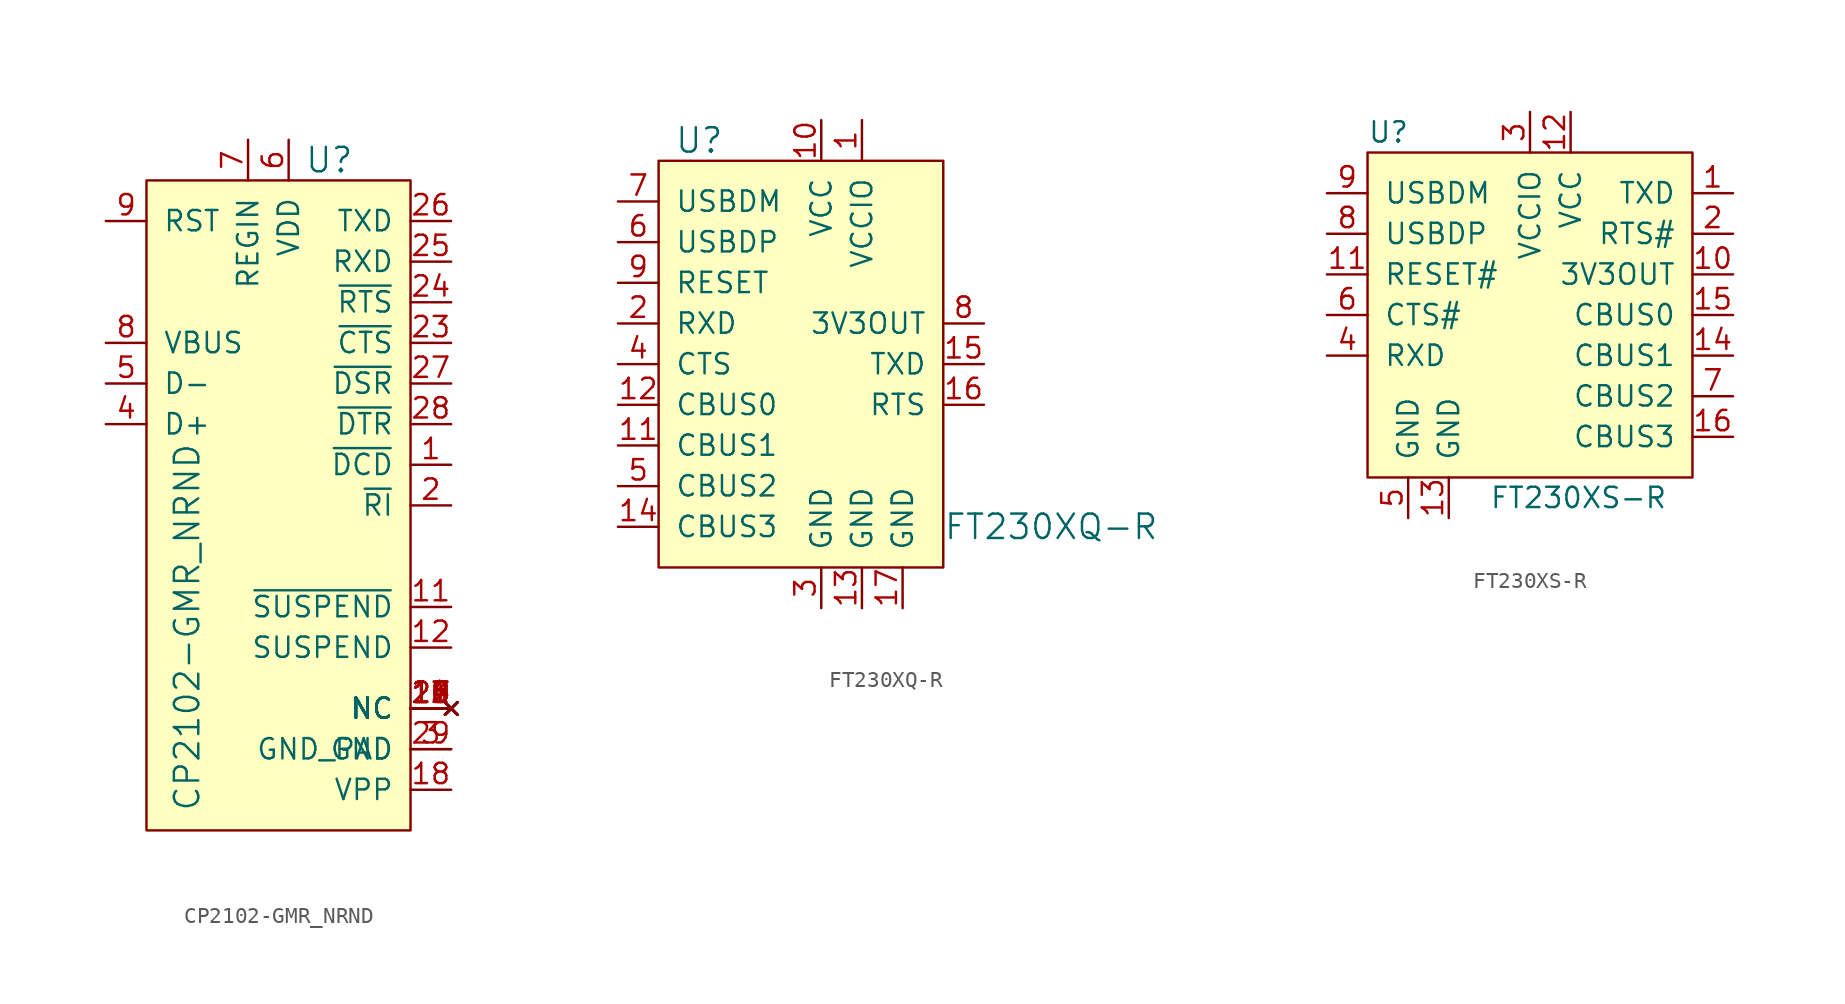
<source format=kicad_sym>
(kicad_symbol_lib
  (version 20220914)
  (generator kicad_symbol_editor)
  (symbol "CP2102-GMR_NRND"
    (pin_names
      (offset 1.016))
    (property "Reference" "U"
      (at 3.81 19.05 0)
      (effects (font (size 1.524 1.524))))
    (property "Value" "CP2102-GMR_NRND"
      (at -5.08 -10.16 90)
      (effects (font (size 1.524 1.524))))
    (symbol "CP2102-GMR_NRND_0_1"
      (rectangle (start -7.62 17.78) (end 8.89 -22.86) (stroke (width 0) (type solid)) (fill (type background))))
    (symbol "CP2102-GMR_NRND_1_1"
      (pin input line (at 11.43 0 180) (length 2.54) (name "~{DCD}" (effects (font (size 1.27 1.27)))) (number "1" (effects (font (size 1.27 1.27)))))
      (pin no_connect line (at 11.43 -15.24 180) (length 2.54) (name "NC" (effects (font (size 1.27 1.27)))) (number "10" (effects (font (size 1.27 1.27)))))
      (pin output line (at 11.43 -8.89 180) (length 2.54) (name "~{SUSPEND}" (effects (font (size 1.27 1.27)))) (number "11" (effects (font (size 1.27 1.27)))))
      (pin output line (at 11.43 -11.43 180) (length 2.54) (name "SUSPEND" (effects (font (size 1.27 1.27)))) (number "12" (effects (font (size 1.27 1.27)))))
      (pin no_connect line (at 11.43 -15.24 180) (length 2.54) (name "NC" (effects (font (size 1.27 1.27)))) (number "13" (effects (font (size 1.27 1.27)))))
      (pin no_connect line (at 11.43 -15.24 180) (length 2.54) (name "NC" (effects (font (size 1.27 1.27)))) (number "14" (effects (font (size 1.27 1.27)))))
      (pin no_connect line (at 11.43 -15.24 180) (length 2.54) (name "NC" (effects (font (size 1.27 1.27)))) (number "15" (effects (font (size 1.27 1.27)))))
      (pin no_connect line (at 11.43 -15.24 180) (length 2.54) (name "NC" (effects (font (size 1.27 1.27)))) (number "16" (effects (font (size 1.27 1.27)))))
      (pin no_connect line (at 11.43 -15.24 180) (length 2.54) (name "NC" (effects (font (size 1.27 1.27)))) (number "17" (effects (font (size 1.27 1.27)))))
      (pin no_connect line (at 11.43 -15.24 180) (length 2.54) (name "NC" (effects (font (size 1.27 1.27)))) (number "18" (effects (font (size 1.27 1.27)))))
      (pin power_in line (at 11.43 -20.32 180) (length 2.54) (name "VPP" (effects (font (size 1.27 1.27)))) (number "18" (effects (font (size 1.27 1.27)))))
      (pin no_connect line (at 11.43 -15.24 180) (length 2.54) (name "NC" (effects (font (size 1.27 1.27)))) (number "19" (effects (font (size 1.27 1.27)))))
      (pin input line (at 11.43 -2.54 180) (length 2.54) (name "~{RI}" (effects (font (size 1.27 1.27)))) (number "2" (effects (font (size 1.27 1.27)))))
      (pin no_connect line (at 11.43 -15.24 180) (length 2.54) (name "NC" (effects (font (size 1.27 1.27)))) (number "20" (effects (font (size 1.27 1.27)))))
      (pin no_connect line (at 11.43 -15.24 180) (length 2.54) (name "NC" (effects (font (size 1.27 1.27)))) (number "21" (effects (font (size 1.27 1.27)))))
      (pin no_connect line (at 11.43 -15.24 180) (length 2.54) (name "NC" (effects (font (size 1.27 1.27)))) (number "22" (effects (font (size 1.27 1.27)))))
      (pin input line (at 11.43 7.62 180) (length 2.54) (name "~{CTS}" (effects (font (size 1.27 1.27)))) (number "23" (effects (font (size 1.27 1.27)))))
      (pin output line (at 11.43 10.16 180) (length 2.54) (name "~{RTS}" (effects (font (size 1.27 1.27)))) (number "24" (effects (font (size 1.27 1.27)))))
      (pin input line (at 11.43 12.7 180) (length 2.54) (name "RXD" (effects (font (size 1.27 1.27)))) (number "25" (effects (font (size 1.27 1.27)))))
      (pin output line (at 11.43 15.24 180) (length 2.54) (name "TXD" (effects (font (size 1.27 1.27)))) (number "26" (effects (font (size 1.27 1.27)))))
      (pin input line (at 11.43 5.08 180) (length 2.54) (name "~{DSR}" (effects (font (size 1.27 1.27)))) (number "27" (effects (font (size 1.27 1.27)))))
      (pin output line (at 11.43 2.54 180) (length 2.54) (name "~{DTR}" (effects (font (size 1.27 1.27)))) (number "28" (effects (font (size 1.27 1.27)))))
      (pin power_in line (at 11.43 -17.78 180) (length 2.54) (name "GND_PAD" (effects (font (size 1.27 1.27)))) (number "29" (effects (font (size 1.27 1.27)))))
      (pin power_in line (at 11.43 -17.78 180) (length 2.54) (name "GND" (effects (font (size 1.27 1.27)))) (number "3" (effects (font (size 1.27 1.27)))))
      (pin bidirectional line (at -10.16 2.54 0) (length 2.54) (name "D+" (effects (font (size 1.27 1.27)))) (number "4" (effects (font (size 1.27 1.27)))))
      (pin bidirectional line (at -10.16 5.08 0) (length 2.54) (name "D-" (effects (font (size 1.27 1.27)))) (number "5" (effects (font (size 1.27 1.27)))))
      (pin passive line (at 1.27 20.32 270) (length 2.54) (name "VDD" (effects (font (size 1.27 1.27)))) (number "6" (effects (font (size 1.27 1.27)))))
      (pin power_in line (at -1.27 20.32 270) (length 2.54) (name "REGIN" (effects (font (size 1.27 1.27)))) (number "7" (effects (font (size 1.27 1.27)))))
      (pin input line (at -10.16 7.62 0) (length 2.54) (name "VBUS" (effects (font (size 1.27 1.27)))) (number "8" (effects (font (size 1.27 1.27)))))
      (pin bidirectional line (at -10.16 15.24 0) (length 2.54) (name "RST" (effects (font (size 1.27 1.27)))) (number "9" (effects (font (size 1.27 1.27)))))))
  (symbol "FT230XQ-R"
    (pin_names
      (offset 1.016))
    (property "Reference" "U"
      (at -7.62 11.43 0)
      (effects (font (size 1.524 1.524))))
    (property "Value" "FT230XQ-R"
      (at 7.62 -12.7 0)
      (effects (font (size 1.524 1.524)) (justify left)))
    (symbol "FT230XQ-R_0_1"
      (rectangle (start -10.16 10.16) (end 7.62 -15.24) (stroke (width 0) (type solid)) (fill (type background))))
    (symbol "FT230XQ-R_1_1"
      (pin power_in line (at 2.54 12.7 270) (length 2.54) (name "VCCIO" (effects (font (size 1.27 1.27)))) (number "1" (effects (font (size 1.27 1.27)))))
      (pin power_in line (at 0 12.7 270) (length 2.54) (name "VCC" (effects (font (size 1.27 1.27)))) (number "10" (effects (font (size 1.27 1.27)))))
      (pin bidirectional line (at -12.7 -7.62 0) (length 2.54) (name "CBUS1" (effects (font (size 1.27 1.27)))) (number "11" (effects (font (size 1.27 1.27)))))
      (pin bidirectional line (at -12.7 -5.08 0) (length 2.54) (name "CBUS0" (effects (font (size 1.27 1.27)))) (number "12" (effects (font (size 1.27 1.27)))))
      (pin power_in line (at 2.54 -17.78 90) (length 2.54) (name "GND" (effects (font (size 1.27 1.27)))) (number "13" (effects (font (size 1.27 1.27)))))
      (pin bidirectional line (at -12.7 -12.7 0) (length 2.54) (name "CBUS3" (effects (font (size 1.27 1.27)))) (number "14" (effects (font (size 1.27 1.27)))))
      (pin output line (at 10.16 -2.54 180) (length 2.54) (name "TXD" (effects (font (size 1.27 1.27)))) (number "15" (effects (font (size 1.27 1.27)))))
      (pin output line (at 10.16 -5.08 180) (length 2.54) (name "RTS" (effects (font (size 1.27 1.27)))) (number "16" (effects (font (size 1.27 1.27)))))
      (pin power_in line (at 5.08 -17.78 90) (length 2.54) (name "GND" (effects (font (size 1.27 1.27)))) (number "17" (effects (font (size 1.27 1.27)))))
      (pin input line (at -12.7 0 0) (length 2.54) (name "RXD" (effects (font (size 1.27 1.27)))) (number "2" (effects (font (size 1.27 1.27)))))
      (pin power_in line (at 0 -17.78 90) (length 2.54) (name "GND" (effects (font (size 1.27 1.27)))) (number "3" (effects (font (size 1.27 1.27)))))
      (pin input line (at -12.7 -2.54 0) (length 2.54) (name "CTS" (effects (font (size 1.27 1.27)))) (number "4" (effects (font (size 1.27 1.27)))))
      (pin bidirectional line (at -12.7 -10.16 0) (length 2.54) (name "CBUS2" (effects (font (size 1.27 1.27)))) (number "5" (effects (font (size 1.27 1.27)))))
      (pin input line (at -12.7 5.08 0) (length 2.54) (name "USBDP" (effects (font (size 1.27 1.27)))) (number "6" (effects (font (size 1.27 1.27)))))
      (pin input line (at -12.7 7.62 0) (length 2.54) (name "USBDM" (effects (font (size 1.27 1.27)))) (number "7" (effects (font (size 1.27 1.27)))))
      (pin passive line (at 10.16 0 180) (length 2.54) (name "3V3OUT" (effects (font (size 1.27 1.27)))) (number "8" (effects (font (size 1.27 1.27)))))
      (pin input line (at -12.7 2.54 0) (length 2.54) (name "RESET" (effects (font (size 1.27 1.27)))) (number "9" (effects (font (size 1.27 1.27)))))))
  (symbol "FT230XS-R"
    (pin_names
      (offset 1.016))
    (property "Reference" "U"
      (at -10.16 8.89 0)
      (effects (font (size 1.27 1.27)) (justify left)))
    (property "Value" "FT230XS-R"
      (at -2.54 -13.97 0)
      (effects (font (size 1.27 1.27)) (justify left)))
    (symbol "FT230XS-R_0_1"
      (rectangle (start -10.16 7.62) (end 10.16 -12.7) (stroke (width 0) (type solid)) (fill (type background))))
    (symbol "FT230XS-R_1_1"
      (pin output line (at 12.7 5.08 180) (length 2.54) (name "TXD" (effects (font (size 1.27 1.27)))) (number "1" (effects (font (size 1.27 1.27)))))
      (pin power_out line (at 12.7 0 180) (length 2.54) (name "3V3OUT" (effects (font (size 1.27 1.27)))) (number "10" (effects (font (size 1.27 1.27)))))
      (pin input line (at -12.7 0 0) (length 2.54) (name "RESET#" (effects (font (size 1.27 1.27)))) (number "11" (effects (font (size 1.27 1.27)))))
      (pin power_in line (at 2.54 10.16 270) (length 2.54) (name "VCC" (effects (font (size 1.27 1.27)))) (number "12" (effects (font (size 1.27 1.27)))))
      (pin power_in line (at -5.08 -15.24 90) (length 2.54) (name "GND" (effects (font (size 1.27 1.27)))) (number "13" (effects (font (size 1.27 1.27)))))
      (pin bidirectional line (at 12.7 -5.08 180) (length 2.54) (name "CBUS1" (effects (font (size 1.27 1.27)))) (number "14" (effects (font (size 1.27 1.27)))))
      (pin bidirectional line (at 12.7 -2.54 180) (length 2.54) (name "CBUS0" (effects (font (size 1.27 1.27)))) (number "15" (effects (font (size 1.27 1.27)))))
      (pin bidirectional line (at 12.7 -10.16 180) (length 2.54) (name "CBUS3" (effects (font (size 1.27 1.27)))) (number "16" (effects (font (size 1.27 1.27)))))
      (pin output line (at 12.7 2.54 180) (length 2.54) (name "RTS#" (effects (font (size 1.27 1.27)))) (number "2" (effects (font (size 1.27 1.27)))))
      (pin power_in line (at 0 10.16 270) (length 2.54) (name "VCCIO" (effects (font (size 1.27 1.27)))) (number "3" (effects (font (size 1.27 1.27)))))
      (pin input line (at -12.7 -5.08 0) (length 2.54) (name "RXD" (effects (font (size 1.27 1.27)))) (number "4" (effects (font (size 1.27 1.27)))))
      (pin power_in line (at -7.62 -15.24 90) (length 2.54) (name "GND" (effects (font (size 1.27 1.27)))) (number "5" (effects (font (size 1.27 1.27)))))
      (pin input line (at -12.7 -2.54 0) (length 2.54) (name "CTS#" (effects (font (size 1.27 1.27)))) (number "6" (effects (font (size 1.27 1.27)))))
      (pin bidirectional line (at 12.7 -7.62 180) (length 2.54) (name "CBUS2" (effects (font (size 1.27 1.27)))) (number "7" (effects (font (size 1.27 1.27)))))
      (pin input line (at -12.7 2.54 0) (length 2.54) (name "USBDP" (effects (font (size 1.27 1.27)))) (number "8" (effects (font (size 1.27 1.27)))))
      (pin input line (at -12.7 5.08 0) (length 2.54) (name "USBDM" (effects (font (size 1.27 1.27)))) (number "9" (effects (font (size 1.27 1.27))))))))
</source>
